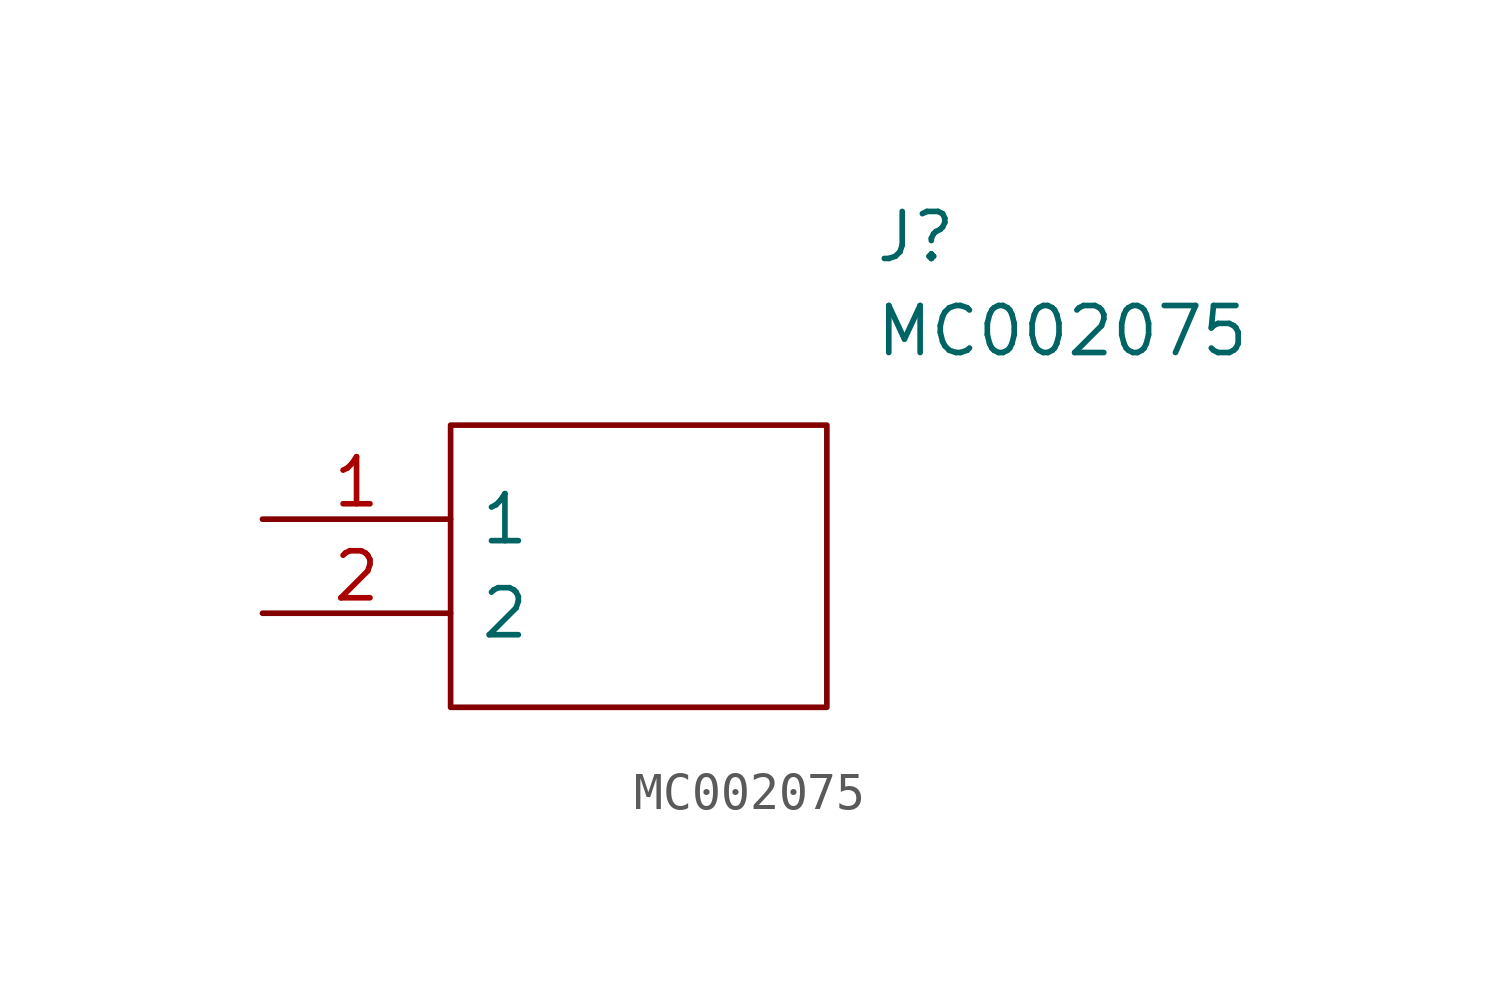
<source format=kicad_sym>
(kicad_symbol_lib
  (version 20211014)
  (generator kicad_symbol_editor)
  (symbol "MC002075"
    (pin_names
      (offset 0.762))
    (property "Reference" "J"
      (at 16.51 7.62 0)
      (effects (font (size 1.27 1.27)) (justify left)))
    (property "Value" "MC002075"
      (at 16.51 5.08 0)
      (effects (font (size 1.27 1.27)) (justify left)))
    (symbol "MC002075_0_0"
      (pin passive line (at 0 0 0) (length 5.08) (name "1" (effects (font (size 1.27 1.27)))) (number "1" (effects (font (size 1.27 1.27)))))
      (pin passive line (at 0 -2.54 0) (length 5.08) (name "2" (effects (font (size 1.27 1.27)))) (number "2" (effects (font (size 1.27 1.27))))))
    (symbol "MC002075_0_1"
      (polyline (pts (xy 5.08 2.54) (xy 15.24 2.54) (xy 15.24 -5.08) (xy 5.08 -5.08) (xy 5.08 2.54)) (stroke (width 0.152) (type default) (color 0 0 0 0)) (fill (type none))))))
</source>
